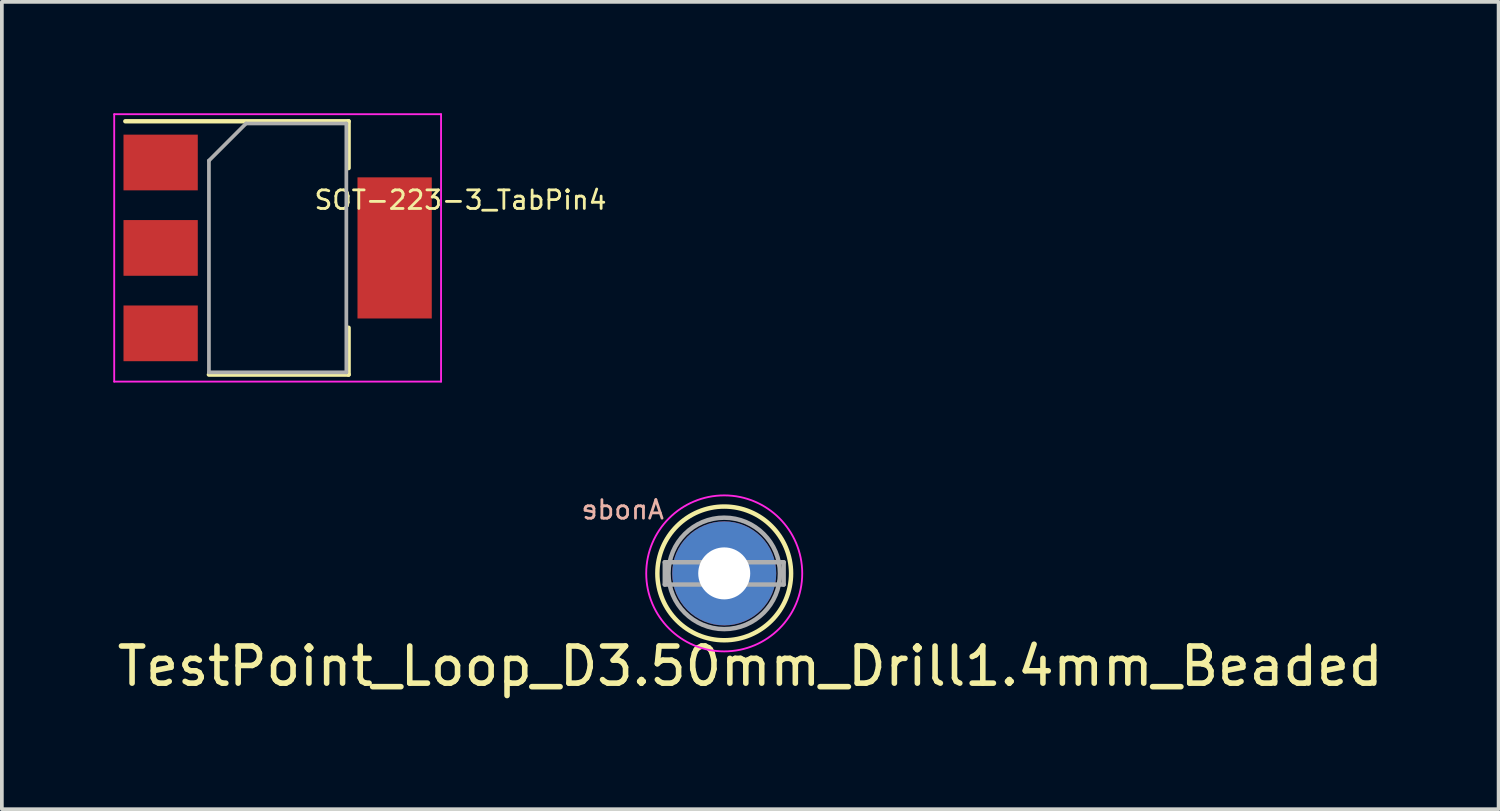
<source format=kicad_pcb>
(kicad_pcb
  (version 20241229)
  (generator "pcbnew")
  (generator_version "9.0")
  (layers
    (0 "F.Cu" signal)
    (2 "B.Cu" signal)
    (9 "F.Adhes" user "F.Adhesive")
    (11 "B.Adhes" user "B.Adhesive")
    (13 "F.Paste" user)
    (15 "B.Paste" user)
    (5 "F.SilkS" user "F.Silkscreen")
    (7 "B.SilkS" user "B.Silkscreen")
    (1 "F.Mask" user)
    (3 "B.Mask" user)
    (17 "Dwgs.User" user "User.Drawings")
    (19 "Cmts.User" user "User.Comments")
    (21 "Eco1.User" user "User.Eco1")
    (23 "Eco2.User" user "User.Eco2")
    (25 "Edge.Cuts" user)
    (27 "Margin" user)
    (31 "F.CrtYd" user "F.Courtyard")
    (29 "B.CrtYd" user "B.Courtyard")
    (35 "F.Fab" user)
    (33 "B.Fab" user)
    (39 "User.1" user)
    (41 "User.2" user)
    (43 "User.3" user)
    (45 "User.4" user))
  (footprint "TestPoint_Loop_D3.50mm_Drill1.4mm_Beaded"
    (layer "F.Cu")
    (at 16.449 12.388)
    (property "Reference" "TestPoint_Loop_D3.50mm_Drill1.4mm_Beaded" (at 0.7 2.5 0) (layer "F.SilkS") (effects (font (size 1 1) (thickness 0.15))))
    (property "Value" "Anode" (at -2.734 -1.714 0) (layer "F.SilkS") (hide yes) (effects (font (size 0.5 0.5) (thickness 0.075))))
    (attr through_hole)
    (fp_circle (center 0 0) (end 1.8 0) (stroke (width 0.12) (type solid)) (fill no) (layer "F.SilkS"))
    (fp_circle (center 0 0) (end 2.1 0) (stroke (width 0.05) (type solid)) (fill no) (layer "F.CrtYd"))
    (fp_line (start -1.6 -0.3) (end -1.6 0.3) (stroke (width 0.12) (type solid)) (layer "F.Fab"))
    (fp_line (start -1.6 0.3) (end 1.6 0.3) (stroke (width 0.12) (type solid)) (layer "F.Fab"))
    (fp_line (start 1.6 -0.3) (end -1.6 -0.3) (stroke (width 0.12) (type solid)) (layer "F.Fab"))
    (fp_line (start 1.6 0.3) (end 1.6 -0.3) (stroke (width 0.12) (type solid)) (layer "F.Fab"))
    (fp_circle (center 0 0) (end 1.5 0) (stroke (width 0.12) (type solid)) (fill no) (layer "F.Fab"))
    (fp_text user "${VALUE}" (at -2.734 -1.714 0) (layer "B.SilkS") (effects (font (size 0.5 0.5) (thickness 0.075)) (justify mirror)))
    (pad "1" thru_hole circle (at 0 0) (size 2.8 2.8) (drill 1.4) (layers "*.Cu" "*.Mask")))
  (footprint "SOT-223-3_TabPin4"
    (layer "F.Cu")
    (at 4.425 3.625)
    (property "Reference" "SOT-223-3_TabPin4" (at 4.924 -1.29 0) (layer "F.SilkS") (effects (font (size 0.5 0.5) (thickness 0.075))))
    (attr smd)
    (fp_line (start -4.1 -3.41) (end 1.91 -3.41) (stroke (width 0.12) (type solid)) (layer "F.SilkS"))
    (fp_line (start -1.85 3.41) (end 1.91 3.41) (stroke (width 0.12) (type solid)) (layer "F.SilkS"))
    (fp_line (start 1.91 -3.41) (end 1.91 -2.15) (stroke (width 0.12) (type solid)) (layer "F.SilkS"))
    (fp_line (start 1.91 3.41) (end 1.91 2.15) (stroke (width 0.12) (type solid)) (layer "F.SilkS"))
    (fp_line (start -4.4 -3.6) (end -4.4 3.6) (stroke (width 0.05) (type solid)) (layer "F.CrtYd"))
    (fp_line (start -4.4 3.6) (end 4.4 3.6) (stroke (width 0.05) (type solid)) (layer "F.CrtYd"))
    (fp_line (start 4.4 -3.6) (end -4.4 -3.6) (stroke (width 0.05) (type solid)) (layer "F.CrtYd"))
    (fp_line (start 4.4 3.6) (end 4.4 -3.6) (stroke (width 0.05) (type solid)) (layer "F.CrtYd"))
    (fp_line (start -1.85 -2.35) (end -1.85 3.35) (stroke (width 0.1) (type solid)) (layer "F.Fab"))
    (fp_line (start -1.85 -2.35) (end -0.85 -3.35) (stroke (width 0.1) (type solid)) (layer "F.Fab"))
    (fp_line (start -1.85 3.35) (end 1.85 3.35) (stroke (width 0.1) (type solid)) (layer "F.Fab"))
    (fp_line (start -0.85 -3.35) (end 1.85 -3.35) (stroke (width 0.1) (type solid)) (layer "F.Fab"))
    (fp_line (start 1.85 -3.35) (end 1.85 3.35) (stroke (width 0.1) (type solid)) (layer "F.Fab"))
    (pad "1" smd rect (at -3.15 -2.3) (size 2 1.5) (layers "F.Cu" "F.Mask" "F.Paste"))
    (pad "3" smd rect (at -3.15 2.3) (size 2 1.5) (layers "F.Cu" "F.Mask" "F.Paste"))
    (pad "4" smd rect (at 3.15 0) (size 2 3.8) (layers "F.Cu" "F.Mask" "F.Paste"))
    (pad "NC" smd rect (at -3.15 0) (size 2 1.5) (layers "F.Cu" "F.Mask" "F.Paste")))
  (gr_rect
    (start -3 -3)
    (end 37.298 18.736)
    (stroke (width 0.1) (type default))
    (fill no)
    (layer "Edge.Cuts")))
</source>
